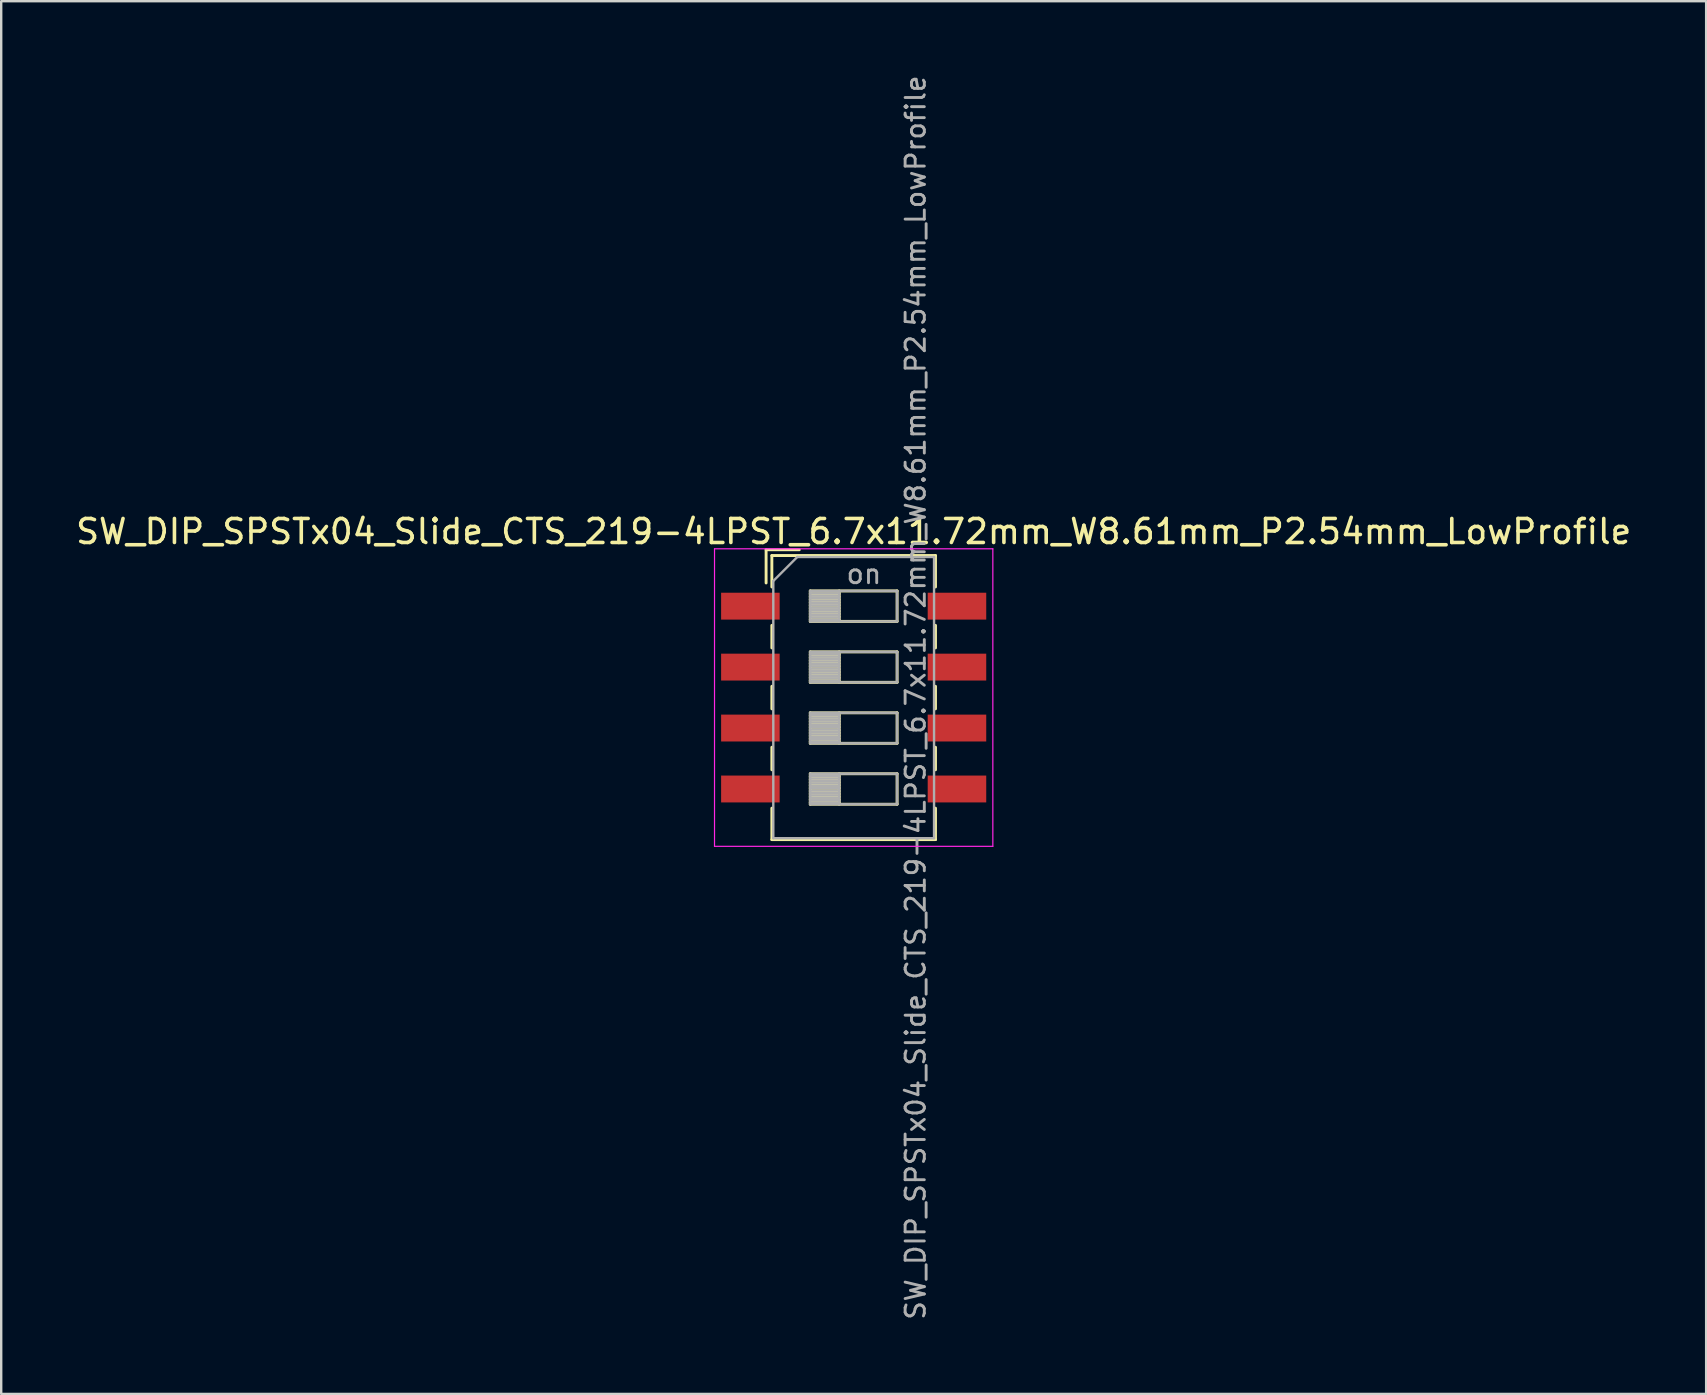
<source format=kicad_pcb>
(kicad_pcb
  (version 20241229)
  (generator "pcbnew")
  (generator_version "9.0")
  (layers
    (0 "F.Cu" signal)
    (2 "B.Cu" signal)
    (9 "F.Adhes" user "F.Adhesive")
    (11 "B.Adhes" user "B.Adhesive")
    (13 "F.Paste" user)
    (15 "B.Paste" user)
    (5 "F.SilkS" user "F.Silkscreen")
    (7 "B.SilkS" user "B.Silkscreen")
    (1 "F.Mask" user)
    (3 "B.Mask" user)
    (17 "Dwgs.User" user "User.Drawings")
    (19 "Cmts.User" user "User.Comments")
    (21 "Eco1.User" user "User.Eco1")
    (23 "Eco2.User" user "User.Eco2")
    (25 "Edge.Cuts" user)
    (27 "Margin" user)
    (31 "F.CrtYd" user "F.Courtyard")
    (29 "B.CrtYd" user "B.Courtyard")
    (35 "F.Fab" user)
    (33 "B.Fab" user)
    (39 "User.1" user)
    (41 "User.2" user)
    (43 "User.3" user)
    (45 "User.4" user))
  (footprint "SW_DIP_SPSTx04_Slide_CTS_219-4LPST_6.7x11.72mm_W8.61mm_P2.54mm_LowProfile"
    (layer "F.Cu")
    (at 32.53 26.024)
    (property "Reference" "SW_DIP_SPSTx04_Slide_CTS_219-4LPST_6.7x11.72mm_W8.61mm_P2.54mm_LowProfile" (at 0 -6.92 0) (layer "F.SilkS") (effects (font (size 1 1) (thickness 0.15))))
    (attr smd)
    (fp_line (start -3.65 -6.16) (end -3.65 -4.777) (stroke (width 0.12) (type solid)) (layer "F.SilkS"))
    (fp_line (start -3.65 -6.16) (end -2.267 -6.16) (stroke (width 0.12) (type solid)) (layer "F.SilkS"))
    (fp_line (start -3.41 -5.92) (end -3.41 -4.61) (stroke (width 0.12) (type solid)) (layer "F.SilkS"))
    (fp_line (start -3.41 -5.92) (end 3.41 -5.92) (stroke (width 0.12) (type solid)) (layer "F.SilkS"))
    (fp_line (start -3.41 -3.01) (end -3.41 -2.07) (stroke (width 0.12) (type solid)) (layer "F.SilkS"))
    (fp_line (start -3.41 -0.47) (end -3.41 0.47) (stroke (width 0.12) (type solid)) (layer "F.SilkS"))
    (fp_line (start -3.41 2.07) (end -3.41 3.01) (stroke (width 0.12) (type solid)) (layer "F.SilkS"))
    (fp_line (start -3.41 4.61) (end -3.41 5.92) (stroke (width 0.12) (type solid)) (layer "F.SilkS"))
    (fp_line (start -3.41 5.92) (end 3.41 5.92) (stroke (width 0.12) (type solid)) (layer "F.SilkS"))
    (fp_line (start -1.81 -4.445) (end -1.81 -3.175) (stroke (width 0.12) (type solid)) (layer "F.SilkS"))
    (fp_line (start -1.81 -4.325) (end -0.603 -4.325) (stroke (width 0.12) (type solid)) (layer "F.SilkS"))
    (fp_line (start -1.81 -4.205) (end -0.603 -4.205) (stroke (width 0.12) (type solid)) (layer "F.SilkS"))
    (fp_line (start -1.81 -4.085) (end -0.603 -4.085) (stroke (width 0.12) (type solid)) (layer "F.SilkS"))
    (fp_line (start -1.81 -3.965) (end -0.603 -3.965) (stroke (width 0.12) (type solid)) (layer "F.SilkS"))
    (fp_line (start -1.81 -3.845) (end -0.603 -3.845) (stroke (width 0.12) (type solid)) (layer "F.SilkS"))
    (fp_line (start -1.81 -3.725) (end -0.603 -3.725) (stroke (width 0.12) (type solid)) (layer "F.SilkS"))
    (fp_line (start -1.81 -3.605) (end -0.603 -3.605) (stroke (width 0.12) (type solid)) (layer "F.SilkS"))
    (fp_line (start -1.81 -3.485) (end -0.603 -3.485) (stroke (width 0.12) (type solid)) (layer "F.SilkS"))
    (fp_line (start -1.81 -3.365) (end -0.603 -3.365) (stroke (width 0.12) (type solid)) (layer "F.SilkS"))
    (fp_line (start -1.81 -3.245) (end -0.603 -3.245) (stroke (width 0.12) (type solid)) (layer "F.SilkS"))
    (fp_line (start -1.81 -3.175) (end 1.81 -3.175) (stroke (width 0.12) (type solid)) (layer "F.SilkS"))
    (fp_line (start -1.81 -1.905) (end -1.81 -0.635) (stroke (width 0.12) (type solid)) (layer "F.SilkS"))
    (fp_line (start -1.81 -1.785) (end -0.603 -1.785) (stroke (width 0.12) (type solid)) (layer "F.SilkS"))
    (fp_line (start -1.81 -1.665) (end -0.603 -1.665) (stroke (width 0.12) (type solid)) (layer "F.SilkS"))
    (fp_line (start -1.81 -1.545) (end -0.603 -1.545) (stroke (width 0.12) (type solid)) (layer "F.SilkS"))
    (fp_line (start -1.81 -1.425) (end -0.603 -1.425) (stroke (width 0.12) (type solid)) (layer "F.SilkS"))
    (fp_line (start -1.81 -1.305) (end -0.603 -1.305) (stroke (width 0.12) (type solid)) (layer "F.SilkS"))
    (fp_line (start -1.81 -1.185) (end -0.603 -1.185) (stroke (width 0.12) (type solid)) (layer "F.SilkS"))
    (fp_line (start -1.81 -1.065) (end -0.603 -1.065) (stroke (width 0.12) (type solid)) (layer "F.SilkS"))
    (fp_line (start -1.81 -0.945) (end -0.603 -0.945) (stroke (width 0.12) (type solid)) (layer "F.SilkS"))
    (fp_line (start -1.81 -0.825) (end -0.603 -0.825) (stroke (width 0.12) (type solid)) (layer "F.SilkS"))
    (fp_line (start -1.81 -0.705) (end -0.603 -0.705) (stroke (width 0.12) (type solid)) (layer "F.SilkS"))
    (fp_line (start -1.81 -0.635) (end 1.81 -0.635) (stroke (width 0.12) (type solid)) (layer "F.SilkS"))
    (fp_line (start -1.81 0.635) (end -1.81 1.905) (stroke (width 0.12) (type solid)) (layer "F.SilkS"))
    (fp_line (start -1.81 0.755) (end -0.603 0.755) (stroke (width 0.12) (type solid)) (layer "F.SilkS"))
    (fp_line (start -1.81 0.875) (end -0.603 0.875) (stroke (width 0.12) (type solid)) (layer "F.SilkS"))
    (fp_line (start -1.81 0.995) (end -0.603 0.995) (stroke (width 0.12) (type solid)) (layer "F.SilkS"))
    (fp_line (start -1.81 1.115) (end -0.603 1.115) (stroke (width 0.12) (type solid)) (layer "F.SilkS"))
    (fp_line (start -1.81 1.235) (end -0.603 1.235) (stroke (width 0.12) (type solid)) (layer "F.SilkS"))
    (fp_line (start -1.81 1.355) (end -0.603 1.355) (stroke (width 0.12) (type solid)) (layer "F.SilkS"))
    (fp_line (start -1.81 1.475) (end -0.603 1.475) (stroke (width 0.12) (type solid)) (layer "F.SilkS"))
    (fp_line (start -1.81 1.595) (end -0.603 1.595) (stroke (width 0.12) (type solid)) (layer "F.SilkS"))
    (fp_line (start -1.81 1.715) (end -0.603 1.715) (stroke (width 0.12) (type solid)) (layer "F.SilkS"))
    (fp_line (start -1.81 1.835) (end -0.603 1.835) (stroke (width 0.12) (type solid)) (layer "F.SilkS"))
    (fp_line (start -1.81 1.905) (end 1.81 1.905) (stroke (width 0.12) (type solid)) (layer "F.SilkS"))
    (fp_line (start -1.81 3.175) (end -1.81 4.445) (stroke (width 0.12) (type solid)) (layer "F.SilkS"))
    (fp_line (start -1.81 3.295) (end -0.603 3.295) (stroke (width 0.12) (type solid)) (layer "F.SilkS"))
    (fp_line (start -1.81 3.415) (end -0.603 3.415) (stroke (width 0.12) (type solid)) (layer "F.SilkS"))
    (fp_line (start -1.81 3.535) (end -0.603 3.535) (stroke (width 0.12) (type solid)) (layer "F.SilkS"))
    (fp_line (start -1.81 3.655) (end -0.603 3.655) (stroke (width 0.12) (type solid)) (layer "F.SilkS"))
    (fp_line (start -1.81 3.775) (end -0.603 3.775) (stroke (width 0.12) (type solid)) (layer "F.SilkS"))
    (fp_line (start -1.81 3.895) (end -0.603 3.895) (stroke (width 0.12) (type solid)) (layer "F.SilkS"))
    (fp_line (start -1.81 4.015) (end -0.603 4.015) (stroke (width 0.12) (type solid)) (layer "F.SilkS"))
    (fp_line (start -1.81 4.135) (end -0.603 4.135) (stroke (width 0.12) (type solid)) (layer "F.SilkS"))
    (fp_line (start -1.81 4.255) (end -0.603 4.255) (stroke (width 0.12) (type solid)) (layer "F.SilkS"))
    (fp_line (start -1.81 4.375) (end -0.603 4.375) (stroke (width 0.12) (type solid)) (layer "F.SilkS"))
    (fp_line (start -1.81 4.445) (end 1.81 4.445) (stroke (width 0.12) (type solid)) (layer "F.SilkS"))
    (fp_line (start -0.603 -4.445) (end -0.603 -3.175) (stroke (width 0.12) (type solid)) (layer "F.SilkS"))
    (fp_line (start -0.603 -1.905) (end -0.603 -0.635) (stroke (width 0.12) (type solid)) (layer "F.SilkS"))
    (fp_line (start -0.603 0.635) (end -0.603 1.905) (stroke (width 0.12) (type solid)) (layer "F.SilkS"))
    (fp_line (start -0.603 3.175) (end -0.603 4.445) (stroke (width 0.12) (type solid)) (layer "F.SilkS"))
    (fp_line (start 1.81 -4.445) (end -1.81 -4.445) (stroke (width 0.12) (type solid)) (layer "F.SilkS"))
    (fp_line (start 1.81 -3.175) (end 1.81 -4.445) (stroke (width 0.12) (type solid)) (layer "F.SilkS"))
    (fp_line (start 1.81 -1.905) (end -1.81 -1.905) (stroke (width 0.12) (type solid)) (layer "F.SilkS"))
    (fp_line (start 1.81 -0.635) (end 1.81 -1.905) (stroke (width 0.12) (type solid)) (layer "F.SilkS"))
    (fp_line (start 1.81 0.635) (end -1.81 0.635) (stroke (width 0.12) (type solid)) (layer "F.SilkS"))
    (fp_line (start 1.81 1.905) (end 1.81 0.635) (stroke (width 0.12) (type solid)) (layer "F.SilkS"))
    (fp_line (start 1.81 3.175) (end -1.81 3.175) (stroke (width 0.12) (type solid)) (layer "F.SilkS"))
    (fp_line (start 1.81 4.445) (end 1.81 3.175) (stroke (width 0.12) (type solid)) (layer "F.SilkS"))
    (fp_line (start 3.41 -5.92) (end 3.41 -4.61) (stroke (width 0.12) (type solid)) (layer "F.SilkS"))
    (fp_line (start 3.41 -3.01) (end 3.41 -2.07) (stroke (width 0.12) (type solid)) (layer "F.SilkS"))
    (fp_line (start 3.41 -0.47) (end 3.41 0.47) (stroke (width 0.12) (type solid)) (layer "F.SilkS"))
    (fp_line (start 3.41 2.07) (end 3.41 3.01) (stroke (width 0.12) (type solid)) (layer "F.SilkS"))
    (fp_line (start 3.41 4.61) (end 3.41 5.92) (stroke (width 0.12) (type solid)) (layer "F.SilkS"))
    (fp_line (start -5.8 -6.2) (end -5.8 6.2) (stroke (width 0.05) (type solid)) (layer "F.CrtYd"))
    (fp_line (start -5.8 6.2) (end 5.8 6.2) (stroke (width 0.05) (type solid)) (layer "F.CrtYd"))
    (fp_line (start 5.8 -6.2) (end -5.8 -6.2) (stroke (width 0.05) (type solid)) (layer "F.CrtYd"))
    (fp_line (start 5.8 6.2) (end 5.8 -6.2) (stroke (width 0.05) (type solid)) (layer "F.CrtYd"))
    (fp_line (start -3.35 -4.86) (end -2.35 -5.86) (stroke (width 0.1) (type solid)) (layer "F.Fab"))
    (fp_line (start -3.35 5.86) (end -3.35 -4.86) (stroke (width 0.1) (type solid)) (layer "F.Fab"))
    (fp_line (start -2.35 -5.86) (end 3.35 -5.86) (stroke (width 0.1) (type solid)) (layer "F.Fab"))
    (fp_line (start -1.81 -4.445) (end -1.81 -3.175) (stroke (width 0.1) (type solid)) (layer "F.Fab"))
    (fp_line (start -1.81 -4.345) (end -0.603 -4.345) (stroke (width 0.1) (type solid)) (layer "F.Fab"))
    (fp_line (start -1.81 -4.245) (end -0.603 -4.245) (stroke (width 0.1) (type solid)) (layer "F.Fab"))
    (fp_line (start -1.81 -4.145) (end -0.603 -4.145) (stroke (width 0.1) (type solid)) (layer "F.Fab"))
    (fp_line (start -1.81 -4.045) (end -0.603 -4.045) (stroke (width 0.1) (type solid)) (layer "F.Fab"))
    (fp_line (start -1.81 -3.945) (end -0.603 -3.945) (stroke (width 0.1) (type solid)) (layer "F.Fab"))
    (fp_line (start -1.81 -3.845) (end -0.603 -3.845) (stroke (width 0.1) (type solid)) (layer "F.Fab"))
    (fp_line (start -1.81 -3.745) (end -0.603 -3.745) (stroke (width 0.1) (type solid)) (layer "F.Fab"))
    (fp_line (start -1.81 -3.645) (end -0.603 -3.645) (stroke (width 0.1) (type solid)) (layer "F.Fab"))
    (fp_line (start -1.81 -3.545) (end -0.603 -3.545) (stroke (width 0.1) (type solid)) (layer "F.Fab"))
    (fp_line (start -1.81 -3.445) (end -0.603 -3.445) (stroke (width 0.1) (type solid)) (layer "F.Fab"))
    (fp_line (start -1.81 -3.345) (end -0.603 -3.345) (stroke (width 0.1) (type solid)) (layer "F.Fab"))
    (fp_line (start -1.81 -3.245) (end -0.603 -3.245) (stroke (width 0.1) (type solid)) (layer "F.Fab"))
    (fp_line (start -1.81 -3.175) (end 1.81 -3.175) (stroke (width 0.1) (type solid)) (layer "F.Fab"))
    (fp_line (start -1.81 -1.905) (end -1.81 -0.635) (stroke (width 0.1) (type solid)) (layer "F.Fab"))
    (fp_line (start -1.81 -1.805) (end -0.603 -1.805) (stroke (width 0.1) (type solid)) (layer "F.Fab"))
    (fp_line (start -1.81 -1.705) (end -0.603 -1.705) (stroke (width 0.1) (type solid)) (layer "F.Fab"))
    (fp_line (start -1.81 -1.605) (end -0.603 -1.605) (stroke (width 0.1) (type solid)) (layer "F.Fab"))
    (fp_line (start -1.81 -1.505) (end -0.603 -1.505) (stroke (width 0.1) (type solid)) (layer "F.Fab"))
    (fp_line (start -1.81 -1.405) (end -0.603 -1.405) (stroke (width 0.1) (type solid)) (layer "F.Fab"))
    (fp_line (start -1.81 -1.305) (end -0.603 -1.305) (stroke (width 0.1) (type solid)) (layer "F.Fab"))
    (fp_line (start -1.81 -1.205) (end -0.603 -1.205) (stroke (width 0.1) (type solid)) (layer "F.Fab"))
    (fp_line (start -1.81 -1.105) (end -0.603 -1.105) (stroke (width 0.1) (type solid)) (layer "F.Fab"))
    (fp_line (start -1.81 -1.005) (end -0.603 -1.005) (stroke (width 0.1) (type solid)) (layer "F.Fab"))
    (fp_line (start -1.81 -0.905) (end -0.603 -0.905) (stroke (width 0.1) (type solid)) (layer "F.Fab"))
    (fp_line (start -1.81 -0.805) (end -0.603 -0.805) (stroke (width 0.1) (type solid)) (layer "F.Fab"))
    (fp_line (start -1.81 -0.705) (end -0.603 -0.705) (stroke (width 0.1) (type solid)) (layer "F.Fab"))
    (fp_line (start -1.81 -0.635) (end 1.81 -0.635) (stroke (width 0.1) (type solid)) (layer "F.Fab"))
    (fp_line (start -1.81 0.635) (end -1.81 1.905) (stroke (width 0.1) (type solid)) (layer "F.Fab"))
    (fp_line (start -1.81 0.735) (end -0.603 0.735) (stroke (width 0.1) (type solid)) (layer "F.Fab"))
    (fp_line (start -1.81 0.835) (end -0.603 0.835) (stroke (width 0.1) (type solid)) (layer "F.Fab"))
    (fp_line (start -1.81 0.935) (end -0.603 0.935) (stroke (width 0.1) (type solid)) (layer "F.Fab"))
    (fp_line (start -1.81 1.035) (end -0.603 1.035) (stroke (width 0.1) (type solid)) (layer "F.Fab"))
    (fp_line (start -1.81 1.135) (end -0.603 1.135) (stroke (width 0.1) (type solid)) (layer "F.Fab"))
    (fp_line (start -1.81 1.235) (end -0.603 1.235) (stroke (width 0.1) (type solid)) (layer "F.Fab"))
    (fp_line (start -1.81 1.335) (end -0.603 1.335) (stroke (width 0.1) (type solid)) (layer "F.Fab"))
    (fp_line (start -1.81 1.435) (end -0.603 1.435) (stroke (width 0.1) (type solid)) (layer "F.Fab"))
    (fp_line (start -1.81 1.535) (end -0.603 1.535) (stroke (width 0.1) (type solid)) (layer "F.Fab"))
    (fp_line (start -1.81 1.635) (end -0.603 1.635) (stroke (width 0.1) (type solid)) (layer "F.Fab"))
    (fp_line (start -1.81 1.735) (end -0.603 1.735) (stroke (width 0.1) (type solid)) (layer "F.Fab"))
    (fp_line (start -1.81 1.835) (end -0.603 1.835) (stroke (width 0.1) (type solid)) (layer "F.Fab"))
    (fp_line (start -1.81 1.905) (end 1.81 1.905) (stroke (width 0.1) (type solid)) (layer "F.Fab"))
    (fp_line (start -1.81 3.175) (end -1.81 4.445) (stroke (width 0.1) (type solid)) (layer "F.Fab"))
    (fp_line (start -1.81 3.275) (end -0.603 3.275) (stroke (width 0.1) (type solid)) (layer "F.Fab"))
    (fp_line (start -1.81 3.375) (end -0.603 3.375) (stroke (width 0.1) (type solid)) (layer "F.Fab"))
    (fp_line (start -1.81 3.475) (end -0.603 3.475) (stroke (width 0.1) (type solid)) (layer "F.Fab"))
    (fp_line (start -1.81 3.575) (end -0.603 3.575) (stroke (width 0.1) (type solid)) (layer "F.Fab"))
    (fp_line (start -1.81 3.675) (end -0.603 3.675) (stroke (width 0.1) (type solid)) (layer "F.Fab"))
    (fp_line (start -1.81 3.775) (end -0.603 3.775) (stroke (width 0.1) (type solid)) (layer "F.Fab"))
    (fp_line (start -1.81 3.875) (end -0.603 3.875) (stroke (width 0.1) (type solid)) (layer "F.Fab"))
    (fp_line (start -1.81 3.975) (end -0.603 3.975) (stroke (width 0.1) (type solid)) (layer "F.Fab"))
    (fp_line (start -1.81 4.075) (end -0.603 4.075) (stroke (width 0.1) (type solid)) (layer "F.Fab"))
    (fp_line (start -1.81 4.175) (end -0.603 4.175) (stroke (width 0.1) (type solid)) (layer "F.Fab"))
    (fp_line (start -1.81 4.275) (end -0.603 4.275) (stroke (width 0.1) (type solid)) (layer "F.Fab"))
    (fp_line (start -1.81 4.375) (end -0.603 4.375) (stroke (width 0.1) (type solid)) (layer "F.Fab"))
    (fp_line (start -1.81 4.445) (end 1.81 4.445) (stroke (width 0.1) (type solid)) (layer "F.Fab"))
    (fp_line (start -0.603 -4.445) (end -0.603 -3.175) (stroke (width 0.1) (type solid)) (layer "F.Fab"))
    (fp_line (start -0.603 -1.905) (end -0.603 -0.635) (stroke (width 0.1) (type solid)) (layer "F.Fab"))
    (fp_line (start -0.603 0.635) (end -0.603 1.905) (stroke (width 0.1) (type solid)) (layer "F.Fab"))
    (fp_line (start -0.603 3.175) (end -0.603 4.445) (stroke (width 0.1) (type solid)) (layer "F.Fab"))
    (fp_line (start 1.81 -4.445) (end -1.81 -4.445) (stroke (width 0.1) (type solid)) (layer "F.Fab"))
    (fp_line (start 1.81 -3.175) (end 1.81 -4.445) (stroke (width 0.1) (type solid)) (layer "F.Fab"))
    (fp_line (start 1.81 -1.905) (end -1.81 -1.905) (stroke (width 0.1) (type solid)) (layer "F.Fab"))
    (fp_line (start 1.81 -0.635) (end 1.81 -1.905) (stroke (width 0.1) (type solid)) (layer "F.Fab"))
    (fp_line (start 1.81 0.635) (end -1.81 0.635) (stroke (width 0.1) (type solid)) (layer "F.Fab"))
    (fp_line (start 1.81 1.905) (end 1.81 0.635) (stroke (width 0.1) (type solid)) (layer "F.Fab"))
    (fp_line (start 1.81 3.175) (end -1.81 3.175) (stroke (width 0.1) (type solid)) (layer "F.Fab"))
    (fp_line (start 1.81 4.445) (end 1.81 3.175) (stroke (width 0.1) (type solid)) (layer "F.Fab"))
    (fp_line (start 3.35 -5.86) (end 3.35 5.86) (stroke (width 0.1) (type solid)) (layer "F.Fab"))
    (fp_line (start 3.35 5.86) (end -3.35 5.86) (stroke (width 0.1) (type solid)) (layer "F.Fab"))
    (fp_text user "on" (at 0.427 -5.152 0) (layer "F.Fab") (effects (font (size 0.8 0.8) (thickness 0.12))))
    (fp_text user "${REFERENCE}" (at 2.58 0 90) (layer "F.Fab") (effects (font (size 0.8 0.8) (thickness 0.12))))
    (pad "1" smd rect (at -4.305 -3.81) (size 2.44 1.12) (layers "F.Cu" "F.Mask" "F.Paste"))
    (pad "2" smd rect (at -4.305 -1.27) (size 2.44 1.12) (layers "F.Cu" "F.Mask" "F.Paste"))
    (pad "3" smd rect (at -4.305 1.27) (size 2.44 1.12) (layers "F.Cu" "F.Mask" "F.Paste"))
    (pad "4" smd rect (at -4.305 3.81) (size 2.44 1.12) (layers "F.Cu" "F.Mask" "F.Paste"))
    (pad "5" smd rect (at 4.305 3.81) (size 2.44 1.12) (layers "F.Cu" "F.Mask" "F.Paste"))
    (pad "6" smd rect (at 4.305 1.27) (size 2.44 1.12) (layers "F.Cu" "F.Mask" "F.Paste"))
    (pad "7" smd rect (at 4.305 -1.27) (size 2.44 1.12) (layers "F.Cu" "F.Mask" "F.Paste"))
    (pad "8" smd rect (at 4.305 -3.81) (size 2.44 1.12) (layers "F.Cu" "F.Mask" "F.Paste")))
  (gr_rect
    (start -3 -3)
    (end 68.06 55.048)
    (stroke (width 0.1) (type default))
    (fill no)
    (layer "Edge.Cuts")))
</source>
